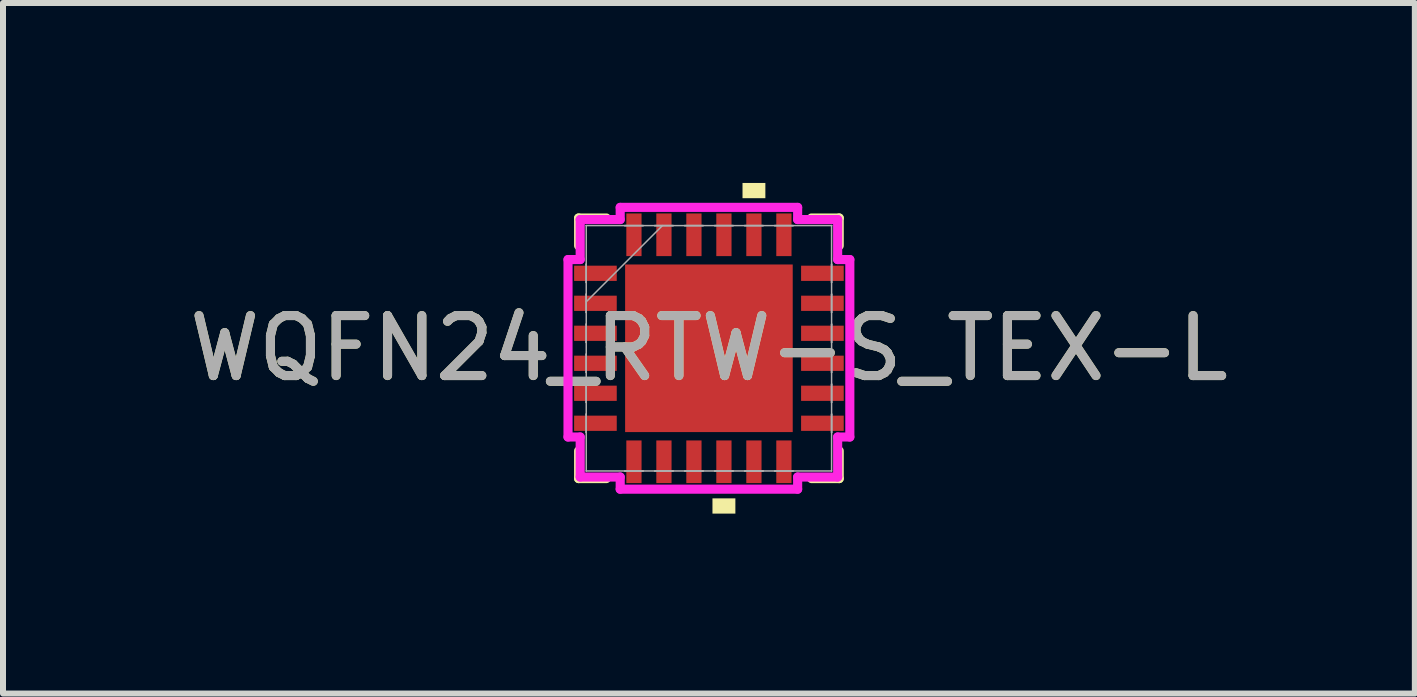
<source format=kicad_pcb>
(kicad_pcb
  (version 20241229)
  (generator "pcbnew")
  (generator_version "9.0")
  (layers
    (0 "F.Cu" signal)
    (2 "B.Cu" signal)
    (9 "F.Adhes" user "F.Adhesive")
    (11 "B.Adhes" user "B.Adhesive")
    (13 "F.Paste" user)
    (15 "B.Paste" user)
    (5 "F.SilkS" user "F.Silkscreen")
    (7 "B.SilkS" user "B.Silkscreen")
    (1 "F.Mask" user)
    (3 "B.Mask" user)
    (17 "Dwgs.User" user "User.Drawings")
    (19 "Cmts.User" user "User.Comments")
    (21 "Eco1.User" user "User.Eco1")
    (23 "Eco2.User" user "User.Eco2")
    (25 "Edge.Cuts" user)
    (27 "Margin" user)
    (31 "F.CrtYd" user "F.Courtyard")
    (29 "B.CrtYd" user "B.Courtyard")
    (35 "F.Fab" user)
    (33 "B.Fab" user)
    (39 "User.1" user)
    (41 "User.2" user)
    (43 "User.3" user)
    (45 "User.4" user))
  (footprint "WQFN24_RTW-S_TEX-L"
    (layer "F.Cu")
    (at 8.768 2.756)
    (property "Reference" "WQFN24_RTW-S_TEX-L" (at 0 0 0) (unlocked yes) (layer "F.SilkS") (effects (font (size 1 1) (thickness 0.15))))
    (attr smd)
    (fp_line (start -2.172 -2.172) (end -2.172 -1.71) (stroke (width 0.152) (type solid)) (layer "F.SilkS"))
    (fp_line (start -2.172 1.71) (end -2.172 2.172) (stroke (width 0.152) (type solid)) (layer "F.SilkS"))
    (fp_line (start -2.172 2.172) (end -1.71 2.172) (stroke (width 0.152) (type solid)) (layer "F.SilkS"))
    (fp_line (start -1.71 -2.172) (end -2.172 -2.172) (stroke (width 0.152) (type solid)) (layer "F.SilkS"))
    (fp_line (start 1.71 2.172) (end 2.172 2.172) (stroke (width 0.152) (type solid)) (layer "F.SilkS"))
    (fp_line (start 2.172 -2.172) (end 1.71 -2.172) (stroke (width 0.152) (type solid)) (layer "F.SilkS"))
    (fp_line (start 2.172 -1.71) (end 2.172 -2.172) (stroke (width 0.152) (type solid)) (layer "F.SilkS"))
    (fp_line (start 2.172 2.172) (end 2.172 1.71) (stroke (width 0.152) (type solid)) (layer "F.SilkS"))
    (fp_poly (pts (xy 0.059 2.502) (xy 0.059 2.756) (xy 0.441 2.756) (xy 0.441 2.502)) (stroke (width 0) (type solid)) (fill yes) (layer "F.SilkS"))
    (fp_poly (pts (xy 0.56 -2.502) (xy 0.56 -2.756) (xy 0.941 -2.756) (xy 0.941 -2.502)) (stroke (width 0) (type solid)) (fill yes) (layer "F.SilkS"))
    (fp_poly (pts (xy -1.297 -1.297) (xy -1.297 -0.1) (xy -0.1 -0.1) (xy -0.1 -1.297)) (stroke (width 0) (type solid)) (fill yes) (layer "F.Paste"))
    (fp_poly (pts (xy -1.297 0.1) (xy -1.297 1.297) (xy -0.1 1.297) (xy -0.1 0.1)) (stroke (width 0) (type solid)) (fill yes) (layer "F.Paste"))
    (fp_poly (pts (xy 0.1 -1.297) (xy 0.1 -0.1) (xy 1.297 -0.1) (xy 1.297 -1.297)) (stroke (width 0) (type solid)) (fill yes) (layer "F.Paste"))
    (fp_poly (pts (xy 0.1 0.1) (xy 0.1 1.297) (xy 1.297 1.297) (xy 1.297 0.1)) (stroke (width 0) (type solid)) (fill yes) (layer "F.Paste"))
    (fp_line (start -2.349 -1.479) (end -2.146 -1.479) (stroke (width 0.152) (type solid)) (layer "F.CrtYd"))
    (fp_line (start -2.349 1.479) (end -2.349 -1.479) (stroke (width 0.152) (type solid)) (layer "F.CrtYd"))
    (fp_line (start -2.146 -2.146) (end -1.479 -2.146) (stroke (width 0.152) (type solid)) (layer "F.CrtYd"))
    (fp_line (start -2.146 -1.479) (end -2.146 -2.146) (stroke (width 0.152) (type solid)) (layer "F.CrtYd"))
    (fp_line (start -2.146 1.479) (end -2.349 1.479) (stroke (width 0.152) (type solid)) (layer "F.CrtYd"))
    (fp_line (start -2.146 2.146) (end -2.146 1.479) (stroke (width 0.152) (type solid)) (layer "F.CrtYd"))
    (fp_line (start -1.479 -2.349) (end 1.479 -2.349) (stroke (width 0.152) (type solid)) (layer "F.CrtYd"))
    (fp_line (start -1.479 -2.146) (end -1.479 -2.349) (stroke (width 0.152) (type solid)) (layer "F.CrtYd"))
    (fp_line (start -1.479 2.146) (end -2.146 2.146) (stroke (width 0.152) (type solid)) (layer "F.CrtYd"))
    (fp_line (start -1.479 2.349) (end -1.479 2.146) (stroke (width 0.152) (type solid)) (layer "F.CrtYd"))
    (fp_line (start 1.479 -2.349) (end 1.479 -2.146) (stroke (width 0.152) (type solid)) (layer "F.CrtYd"))
    (fp_line (start 1.479 -2.146) (end 2.146 -2.146) (stroke (width 0.152) (type solid)) (layer "F.CrtYd"))
    (fp_line (start 1.479 2.146) (end 1.479 2.349) (stroke (width 0.152) (type solid)) (layer "F.CrtYd"))
    (fp_line (start 1.479 2.349) (end -1.479 2.349) (stroke (width 0.152) (type solid)) (layer "F.CrtYd"))
    (fp_line (start 2.146 -2.146) (end 2.146 -1.479) (stroke (width 0.152) (type solid)) (layer "F.CrtYd"))
    (fp_line (start 2.146 -1.479) (end 2.349 -1.479) (stroke (width 0.152) (type solid)) (layer "F.CrtYd"))
    (fp_line (start 2.146 1.479) (end 2.146 2.146) (stroke (width 0.152) (type solid)) (layer "F.CrtYd"))
    (fp_line (start 2.146 2.146) (end 1.479 2.146) (stroke (width 0.152) (type solid)) (layer "F.CrtYd"))
    (fp_line (start 2.349 -1.479) (end 2.349 1.479) (stroke (width 0.152) (type solid)) (layer "F.CrtYd"))
    (fp_line (start 2.349 1.479) (end 2.146 1.479) (stroke (width 0.152) (type solid)) (layer "F.CrtYd"))
    (fp_line (start -2.045 -2.045) (end -2.045 -2.045) (stroke (width 0.025) (type solid)) (layer "F.Fab"))
    (fp_line (start -2.045 -2.045) (end -2.045 2.045) (stroke (width 0.025) (type solid)) (layer "F.Fab"))
    (fp_line (start -2.045 -1.402) (end -2.045 -1.402) (stroke (width 0.025) (type solid)) (layer "F.Fab"))
    (fp_line (start -2.045 -1.402) (end -2.045 -1.098) (stroke (width 0.025) (type solid)) (layer "F.Fab"))
    (fp_line (start -2.045 -1.098) (end -2.045 -1.402) (stroke (width 0.025) (type solid)) (layer "F.Fab"))
    (fp_line (start -2.045 -1.098) (end -2.045 -1.098) (stroke (width 0.025) (type solid)) (layer "F.Fab"))
    (fp_line (start -2.045 -0.902) (end -2.045 -0.902) (stroke (width 0.025) (type solid)) (layer "F.Fab"))
    (fp_line (start -2.045 -0.902) (end -2.045 -0.598) (stroke (width 0.025) (type solid)) (layer "F.Fab"))
    (fp_line (start -2.045 -0.775) (end -0.775 -2.045) (stroke (width 0.025) (type solid)) (layer "F.Fab"))
    (fp_line (start -2.045 -0.598) (end -2.045 -0.902) (stroke (width 0.025) (type solid)) (layer "F.Fab"))
    (fp_line (start -2.045 -0.598) (end -2.045 -0.598) (stroke (width 0.025) (type solid)) (layer "F.Fab"))
    (fp_line (start -2.045 -0.402) (end -2.045 -0.402) (stroke (width 0.025) (type solid)) (layer "F.Fab"))
    (fp_line (start -2.045 -0.402) (end -2.045 -0.098) (stroke (width 0.025) (type solid)) (layer "F.Fab"))
    (fp_line (start -2.045 -0.098) (end -2.045 -0.402) (stroke (width 0.025) (type solid)) (layer "F.Fab"))
    (fp_line (start -2.045 -0.098) (end -2.045 -0.098) (stroke (width 0.025) (type solid)) (layer "F.Fab"))
    (fp_line (start -2.045 0.098) (end -2.045 0.098) (stroke (width 0.025) (type solid)) (layer "F.Fab"))
    (fp_line (start -2.045 0.098) (end -2.045 0.402) (stroke (width 0.025) (type solid)) (layer "F.Fab"))
    (fp_line (start -2.045 0.402) (end -2.045 0.098) (stroke (width 0.025) (type solid)) (layer "F.Fab"))
    (fp_line (start -2.045 0.402) (end -2.045 0.402) (stroke (width 0.025) (type solid)) (layer "F.Fab"))
    (fp_line (start -2.045 0.598) (end -2.045 0.598) (stroke (width 0.025) (type solid)) (layer "F.Fab"))
    (fp_line (start -2.045 0.598) (end -2.045 0.902) (stroke (width 0.025) (type solid)) (layer "F.Fab"))
    (fp_line (start -2.045 0.902) (end -2.045 0.598) (stroke (width 0.025) (type solid)) (layer "F.Fab"))
    (fp_line (start -2.045 0.902) (end -2.045 0.902) (stroke (width 0.025) (type solid)) (layer "F.Fab"))
    (fp_line (start -2.045 1.098) (end -2.045 1.098) (stroke (width 0.025) (type solid)) (layer "F.Fab"))
    (fp_line (start -2.045 1.098) (end -2.045 1.402) (stroke (width 0.025) (type solid)) (layer "F.Fab"))
    (fp_line (start -2.045 1.402) (end -2.045 1.098) (stroke (width 0.025) (type solid)) (layer "F.Fab"))
    (fp_line (start -2.045 1.402) (end -2.045 1.402) (stroke (width 0.025) (type solid)) (layer "F.Fab"))
    (fp_line (start -2.045 2.045) (end -2.045 2.045) (stroke (width 0.025) (type solid)) (layer "F.Fab"))
    (fp_line (start -2.045 2.045) (end 2.045 2.045) (stroke (width 0.025) (type solid)) (layer "F.Fab"))
    (fp_line (start -1.402 -2.045) (end -1.402 -2.045) (stroke (width 0.025) (type solid)) (layer "F.Fab"))
    (fp_line (start -1.402 -2.045) (end -1.098 -2.045) (stroke (width 0.025) (type solid)) (layer "F.Fab"))
    (fp_line (start -1.402 2.045) (end -1.402 2.045) (stroke (width 0.025) (type solid)) (layer "F.Fab"))
    (fp_line (start -1.402 2.045) (end -1.098 2.045) (stroke (width 0.025) (type solid)) (layer "F.Fab"))
    (fp_line (start -1.098 -2.045) (end -1.402 -2.045) (stroke (width 0.025) (type solid)) (layer "F.Fab"))
    (fp_line (start -1.098 -2.045) (end -1.098 -2.045) (stroke (width 0.025) (type solid)) (layer "F.Fab"))
    (fp_line (start -1.098 2.045) (end -1.402 2.045) (stroke (width 0.025) (type solid)) (layer "F.Fab"))
    (fp_line (start -1.098 2.045) (end -1.098 2.045) (stroke (width 0.025) (type solid)) (layer "F.Fab"))
    (fp_line (start -0.902 -2.045) (end -0.902 -2.045) (stroke (width 0.025) (type solid)) (layer "F.Fab"))
    (fp_line (start -0.902 -2.045) (end -0.598 -2.045) (stroke (width 0.025) (type solid)) (layer "F.Fab"))
    (fp_line (start -0.902 2.045) (end -0.902 2.045) (stroke (width 0.025) (type solid)) (layer "F.Fab"))
    (fp_line (start -0.902 2.045) (end -0.598 2.045) (stroke (width 0.025) (type solid)) (layer "F.Fab"))
    (fp_line (start -0.598 -2.045) (end -0.902 -2.045) (stroke (width 0.025) (type solid)) (layer "F.Fab"))
    (fp_line (start -0.598 -2.045) (end -0.598 -2.045) (stroke (width 0.025) (type solid)) (layer "F.Fab"))
    (fp_line (start -0.598 2.045) (end -0.902 2.045) (stroke (width 0.025) (type solid)) (layer "F.Fab"))
    (fp_line (start -0.598 2.045) (end -0.598 2.045) (stroke (width 0.025) (type solid)) (layer "F.Fab"))
    (fp_line (start -0.402 -2.045) (end -0.402 -2.045) (stroke (width 0.025) (type solid)) (layer "F.Fab"))
    (fp_line (start -0.402 -2.045) (end -0.098 -2.045) (stroke (width 0.025) (type solid)) (layer "F.Fab"))
    (fp_line (start -0.402 2.045) (end -0.402 2.045) (stroke (width 0.025) (type solid)) (layer "F.Fab"))
    (fp_line (start -0.402 2.045) (end -0.098 2.045) (stroke (width 0.025) (type solid)) (layer "F.Fab"))
    (fp_line (start -0.098 -2.045) (end -0.402 -2.045) (stroke (width 0.025) (type solid)) (layer "F.Fab"))
    (fp_line (start -0.098 -2.045) (end -0.098 -2.045) (stroke (width 0.025) (type solid)) (layer "F.Fab"))
    (fp_line (start -0.098 2.045) (end -0.402 2.045) (stroke (width 0.025) (type solid)) (layer "F.Fab"))
    (fp_line (start -0.098 2.045) (end -0.098 2.045) (stroke (width 0.025) (type solid)) (layer "F.Fab"))
    (fp_line (start 0.098 -2.045) (end 0.098 -2.045) (stroke (width 0.025) (type solid)) (layer "F.Fab"))
    (fp_line (start 0.098 -2.045) (end 0.402 -2.045) (stroke (width 0.025) (type solid)) (layer "F.Fab"))
    (fp_line (start 0.098 2.045) (end 0.098 2.045) (stroke (width 0.025) (type solid)) (layer "F.Fab"))
    (fp_line (start 0.098 2.045) (end 0.402 2.045) (stroke (width 0.025) (type solid)) (layer "F.Fab"))
    (fp_line (start 0.402 -2.045) (end 0.098 -2.045) (stroke (width 0.025) (type solid)) (layer "F.Fab"))
    (fp_line (start 0.402 -2.045) (end 0.402 -2.045) (stroke (width 0.025) (type solid)) (layer "F.Fab"))
    (fp_line (start 0.402 2.045) (end 0.098 2.045) (stroke (width 0.025) (type solid)) (layer "F.Fab"))
    (fp_line (start 0.402 2.045) (end 0.402 2.045) (stroke (width 0.025) (type solid)) (layer "F.Fab"))
    (fp_line (start 0.598 -2.045) (end 0.598 -2.045) (stroke (width 0.025) (type solid)) (layer "F.Fab"))
    (fp_line (start 0.598 -2.045) (end 0.902 -2.045) (stroke (width 0.025) (type solid)) (layer "F.Fab"))
    (fp_line (start 0.598 2.045) (end 0.598 2.045) (stroke (width 0.025) (type solid)) (layer "F.Fab"))
    (fp_line (start 0.598 2.045) (end 0.902 2.045) (stroke (width 0.025) (type solid)) (layer "F.Fab"))
    (fp_line (start 0.902 -2.045) (end 0.598 -2.045) (stroke (width 0.025) (type solid)) (layer "F.Fab"))
    (fp_line (start 0.902 -2.045) (end 0.902 -2.045) (stroke (width 0.025) (type solid)) (layer "F.Fab"))
    (fp_line (start 0.902 2.045) (end 0.598 2.045) (stroke (width 0.025) (type solid)) (layer "F.Fab"))
    (fp_line (start 0.902 2.045) (end 0.902 2.045) (stroke (width 0.025) (type solid)) (layer "F.Fab"))
    (fp_line (start 1.098 -2.045) (end 1.098 -2.045) (stroke (width 0.025) (type solid)) (layer "F.Fab"))
    (fp_line (start 1.098 -2.045) (end 1.402 -2.045) (stroke (width 0.025) (type solid)) (layer "F.Fab"))
    (fp_line (start 1.098 2.045) (end 1.098 2.045) (stroke (width 0.025) (type solid)) (layer "F.Fab"))
    (fp_line (start 1.098 2.045) (end 1.402 2.045) (stroke (width 0.025) (type solid)) (layer "F.Fab"))
    (fp_line (start 1.402 -2.045) (end 1.098 -2.045) (stroke (width 0.025) (type solid)) (layer "F.Fab"))
    (fp_line (start 1.402 -2.045) (end 1.402 -2.045) (stroke (width 0.025) (type solid)) (layer "F.Fab"))
    (fp_line (start 1.402 2.045) (end 1.098 2.045) (stroke (width 0.025) (type solid)) (layer "F.Fab"))
    (fp_line (start 1.402 2.045) (end 1.402 2.045) (stroke (width 0.025) (type solid)) (layer "F.Fab"))
    (fp_line (start 2.045 -2.045) (end -2.045 -2.045) (stroke (width 0.025) (type solid)) (layer "F.Fab"))
    (fp_line (start 2.045 -2.045) (end 2.045 -2.045) (stroke (width 0.025) (type solid)) (layer "F.Fab"))
    (fp_line (start 2.045 -1.402) (end 2.045 -1.402) (stroke (width 0.025) (type solid)) (layer "F.Fab"))
    (fp_line (start 2.045 -1.402) (end 2.045 -1.098) (stroke (width 0.025) (type solid)) (layer "F.Fab"))
    (fp_line (start 2.045 -1.098) (end 2.045 -1.402) (stroke (width 0.025) (type solid)) (layer "F.Fab"))
    (fp_line (start 2.045 -1.098) (end 2.045 -1.098) (stroke (width 0.025) (type solid)) (layer "F.Fab"))
    (fp_line (start 2.045 -0.902) (end 2.045 -0.902) (stroke (width 0.025) (type solid)) (layer "F.Fab"))
    (fp_line (start 2.045 -0.902) (end 2.045 -0.598) (stroke (width 0.025) (type solid)) (layer "F.Fab"))
    (fp_line (start 2.045 -0.598) (end 2.045 -0.902) (stroke (width 0.025) (type solid)) (layer "F.Fab"))
    (fp_line (start 2.045 -0.598) (end 2.045 -0.598) (stroke (width 0.025) (type solid)) (layer "F.Fab"))
    (fp_line (start 2.045 -0.402) (end 2.045 -0.402) (stroke (width 0.025) (type solid)) (layer "F.Fab"))
    (fp_line (start 2.045 -0.402) (end 2.045 -0.098) (stroke (width 0.025) (type solid)) (layer "F.Fab"))
    (fp_line (start 2.045 -0.098) (end 2.045 -0.402) (stroke (width 0.025) (type solid)) (layer "F.Fab"))
    (fp_line (start 2.045 -0.098) (end 2.045 -0.098) (stroke (width 0.025) (type solid)) (layer "F.Fab"))
    (fp_line (start 2.045 0.098) (end 2.045 0.098) (stroke (width 0.025) (type solid)) (layer "F.Fab"))
    (fp_line (start 2.045 0.098) (end 2.045 0.402) (stroke (width 0.025) (type solid)) (layer "F.Fab"))
    (fp_line (start 2.045 0.402) (end 2.045 0.098) (stroke (width 0.025) (type solid)) (layer "F.Fab"))
    (fp_line (start 2.045 0.402) (end 2.045 0.402) (stroke (width 0.025) (type solid)) (layer "F.Fab"))
    (fp_line (start 2.045 0.598) (end 2.045 0.598) (stroke (width 0.025) (type solid)) (layer "F.Fab"))
    (fp_line (start 2.045 0.598) (end 2.045 0.902) (stroke (width 0.025) (type solid)) (layer "F.Fab"))
    (fp_line (start 2.045 0.902) (end 2.045 0.598) (stroke (width 0.025) (type solid)) (layer "F.Fab"))
    (fp_line (start 2.045 0.902) (end 2.045 0.902) (stroke (width 0.025) (type solid)) (layer "F.Fab"))
    (fp_line (start 2.045 1.098) (end 2.045 1.098) (stroke (width 0.025) (type solid)) (layer "F.Fab"))
    (fp_line (start 2.045 1.098) (end 2.045 1.402) (stroke (width 0.025) (type solid)) (layer "F.Fab"))
    (fp_line (start 2.045 1.402) (end 2.045 1.098) (stroke (width 0.025) (type solid)) (layer "F.Fab"))
    (fp_line (start 2.045 1.402) (end 2.045 1.402) (stroke (width 0.025) (type solid)) (layer "F.Fab"))
    (fp_line (start 2.045 2.045) (end 2.045 -2.045) (stroke (width 0.025) (type solid)) (layer "F.Fab"))
    (fp_line (start 2.045 2.045) (end 2.045 2.045) (stroke (width 0.025) (type solid)) (layer "F.Fab"))
    (fp_text user "${REFERENCE}" (at 0 0 0) (unlocked yes) (layer "F.Fab") (effects (font (size 1 1) (thickness 0.15))))
    (pad "1" smd rect (at -1.892 -1.25 90) (size 0.254 0.711) (layers "F.Cu" "F.Mask" "F.Paste"))
    (pad "2" smd rect (at -1.892 -0.75 90) (size 0.254 0.711) (layers "F.Cu" "F.Mask" "F.Paste"))
    (pad "3" smd rect (at -1.892 -0.25 90) (size 0.254 0.711) (layers "F.Cu" "F.Mask" "F.Paste"))
    (pad "4" smd rect (at -1.892 0.25 90) (size 0.254 0.711) (layers "F.Cu" "F.Mask" "F.Paste"))
    (pad "5" smd rect (at -1.892 0.75 90) (size 0.254 0.711) (layers "F.Cu" "F.Mask" "F.Paste"))
    (pad "6" smd rect (at -1.892 1.25 90) (size 0.254 0.711) (layers "F.Cu" "F.Mask" "F.Paste"))
    (pad "7" smd rect (at -1.25 1.892) (size 0.254 0.711) (layers "F.Cu" "F.Mask" "F.Paste"))
    (pad "8" smd rect (at -0.75 1.892) (size 0.254 0.711) (layers "F.Cu" "F.Mask" "F.Paste"))
    (pad "9" smd rect (at -0.25 1.892) (size 0.254 0.711) (layers "F.Cu" "F.Mask" "F.Paste"))
    (pad "10" smd rect (at 0.25 1.892) (size 0.254 0.711) (layers "F.Cu" "F.Mask" "F.Paste"))
    (pad "11" smd rect (at 0.75 1.892) (size 0.254 0.711) (layers "F.Cu" "F.Mask" "F.Paste"))
    (pad "12" smd rect (at 1.25 1.892) (size 0.254 0.711) (layers "F.Cu" "F.Mask" "F.Paste"))
    (pad "13" smd rect (at 1.892 1.25 90) (size 0.254 0.711) (layers "F.Cu" "F.Mask" "F.Paste"))
    (pad "14" smd rect (at 1.892 0.75 90) (size 0.254 0.711) (layers "F.Cu" "F.Mask" "F.Paste"))
    (pad "15" smd rect (at 1.892 0.25 90) (size 0.254 0.711) (layers "F.Cu" "F.Mask" "F.Paste"))
    (pad "16" smd rect (at 1.892 -0.25 90) (size 0.254 0.711) (layers "F.Cu" "F.Mask" "F.Paste"))
    (pad "17" smd rect (at 1.892 -0.75 90) (size 0.254 0.711) (layers "F.Cu" "F.Mask" "F.Paste"))
    (pad "18" smd rect (at 1.892 -1.25 90) (size 0.254 0.711) (layers "F.Cu" "F.Mask" "F.Paste"))
    (pad "19" smd rect (at 1.25 -1.892) (size 0.254 0.711) (layers "F.Cu" "F.Mask" "F.Paste"))
    (pad "20" smd rect (at 0.75 -1.892) (size 0.254 0.711) (layers "F.Cu" "F.Mask" "F.Paste"))
    (pad "21" smd rect (at 0.25 -1.892) (size 0.254 0.711) (layers "F.Cu" "F.Mask" "F.Paste"))
    (pad "22" smd rect (at -0.25 -1.892) (size 0.254 0.711) (layers "F.Cu" "F.Mask" "F.Paste"))
    (pad "23" smd rect (at -0.75 -1.892) (size 0.254 0.711) (layers "F.Cu" "F.Mask" "F.Paste"))
    (pad "24" smd rect (at -1.25 -1.892) (size 0.254 0.711) (layers "F.Cu" "F.Mask" "F.Paste"))
    (pad "25" smd rect (at 0 0) (size 2.794 2.794) (layers "F.Cu" "F.Mask" "F.Paste")))
  (gr_rect
    (start -3 -3)
    (end 20.536 8.512)
    (stroke (width 0.1) (type default))
    (fill no)
    (layer "Edge.Cuts")))
</source>
